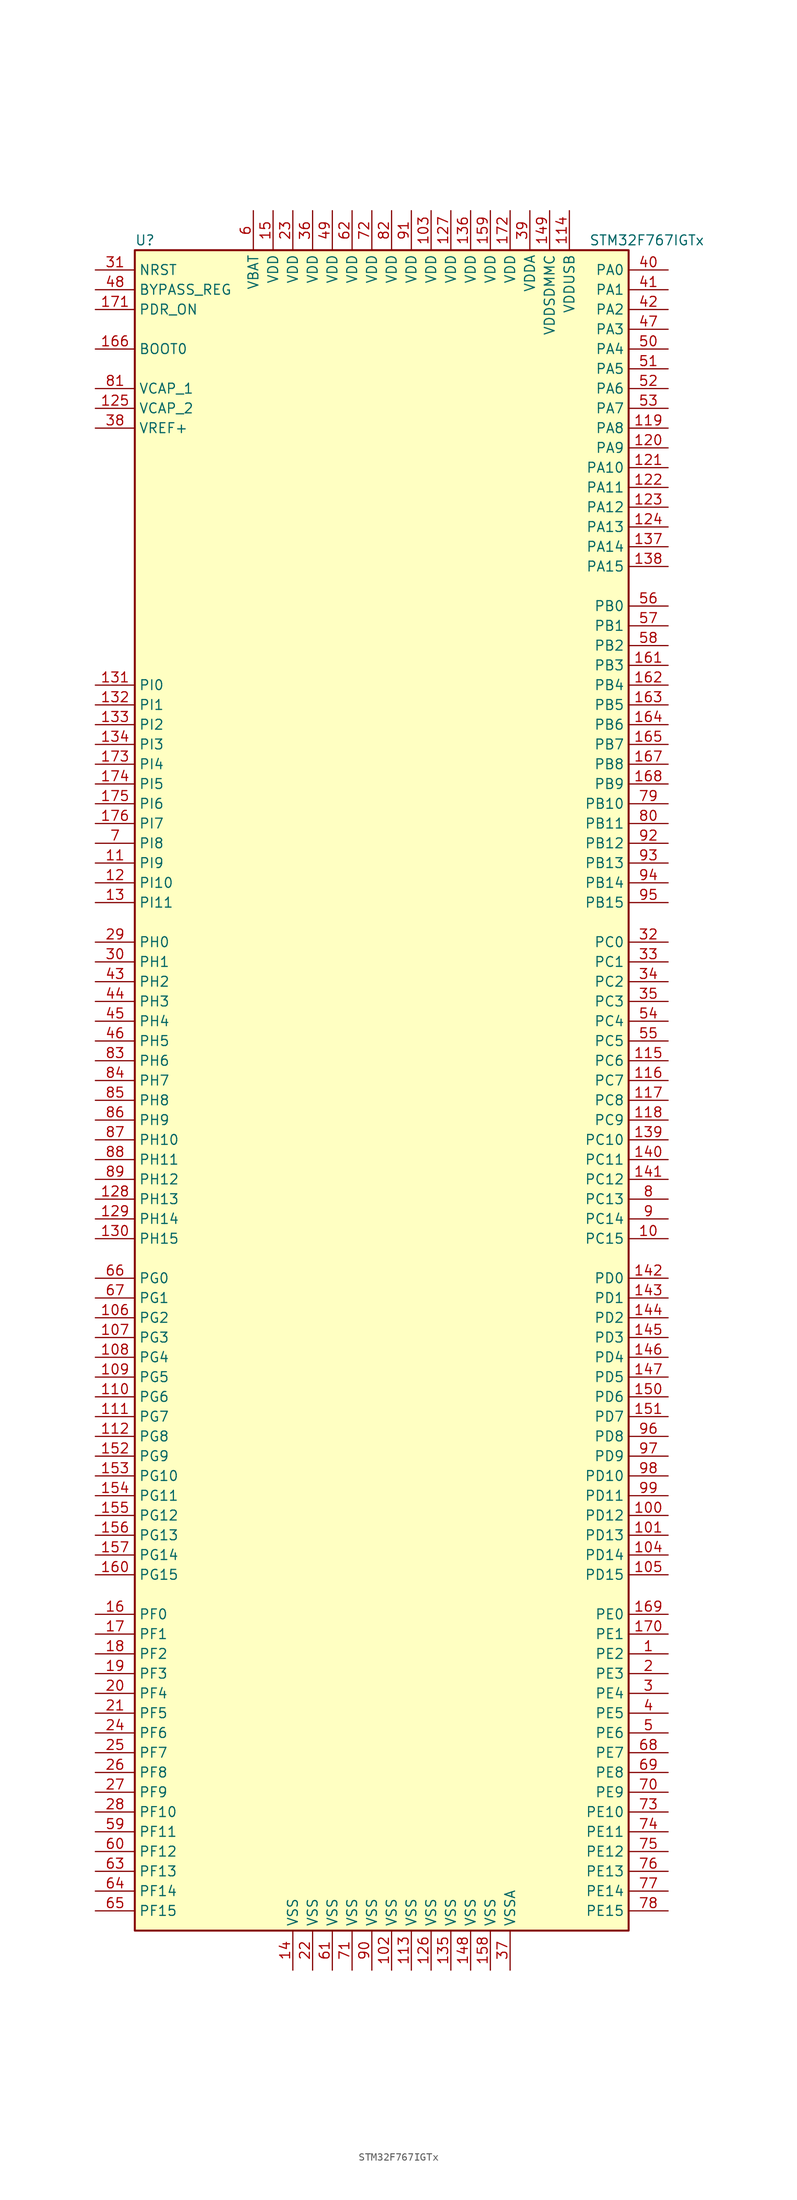
<source format=kicad_sym>
(kicad_symbol_lib
  (version 20211014)
  (generator kicad_symbol_editor)
  (symbol "STM32F767IGTx"
    (property "Reference" "U"
      (at -33.02 107.95 0)
      (effects (font (size 1.27 1.27)) (justify left)))
    (property "Value" "STM32F767IGTx"
      (at 25.4 107.95 0)
      (effects (font (size 1.27 1.27)) (justify left)))
    (symbol "STM32F767IGTx_0_1"
      (rectangle (start -33.02 -109.22) (end 30.48 106.68) (stroke (width 0.254) (type default) (color 0 0 0 0)) (fill (type background))))
    (symbol "STM32F767IGTx_1_1"
      (pin bidirectional line (at 35.56 -73.66 180) (length 5.08) (name "PE2" (effects (font (size 1.27 1.27)))) (number "1" (effects (font (size 1.27 1.27)))))
      (pin bidirectional line (at 35.56 -20.32 180) (length 5.08) (name "PC15" (effects (font (size 1.27 1.27)))) (number "10" (effects (font (size 1.27 1.27)))))
      (pin bidirectional line (at 35.56 -55.88 180) (length 5.08) (name "PD12" (effects (font (size 1.27 1.27)))) (number "100" (effects (font (size 1.27 1.27)))))
      (pin bidirectional line (at 35.56 -58.42 180) (length 5.08) (name "PD13" (effects (font (size 1.27 1.27)))) (number "101" (effects (font (size 1.27 1.27)))))
      (pin power_in line (at 0 -114.3 90) (length 5.08) (name "VSS" (effects (font (size 1.27 1.27)))) (number "102" (effects (font (size 1.27 1.27)))))
      (pin power_in line (at 5.08 111.76 270) (length 5.08) (name "VDD" (effects (font (size 1.27 1.27)))) (number "103" (effects (font (size 1.27 1.27)))))
      (pin bidirectional line (at 35.56 -60.96 180) (length 5.08) (name "PD14" (effects (font (size 1.27 1.27)))) (number "104" (effects (font (size 1.27 1.27)))))
      (pin bidirectional line (at 35.56 -63.5 180) (length 5.08) (name "PD15" (effects (font (size 1.27 1.27)))) (number "105" (effects (font (size 1.27 1.27)))))
      (pin bidirectional line (at -38.1 -30.48 0) (length 5.08) (name "PG2" (effects (font (size 1.27 1.27)))) (number "106" (effects (font (size 1.27 1.27)))))
      (pin bidirectional line (at -38.1 -33.02 0) (length 5.08) (name "PG3" (effects (font (size 1.27 1.27)))) (number "107" (effects (font (size 1.27 1.27)))))
      (pin bidirectional line (at -38.1 -35.56 0) (length 5.08) (name "PG4" (effects (font (size 1.27 1.27)))) (number "108" (effects (font (size 1.27 1.27)))))
      (pin bidirectional line (at -38.1 -38.1 0) (length 5.08) (name "PG5" (effects (font (size 1.27 1.27)))) (number "109" (effects (font (size 1.27 1.27)))))
      (pin bidirectional line (at -38.1 27.94 0) (length 5.08) (name "PI9" (effects (font (size 1.27 1.27)))) (number "11" (effects (font (size 1.27 1.27)))))
      (pin bidirectional line (at -38.1 -40.64 0) (length 5.08) (name "PG6" (effects (font (size 1.27 1.27)))) (number "110" (effects (font (size 1.27 1.27)))))
      (pin bidirectional line (at -38.1 -43.18 0) (length 5.08) (name "PG7" (effects (font (size 1.27 1.27)))) (number "111" (effects (font (size 1.27 1.27)))))
      (pin bidirectional line (at -38.1 -45.72 0) (length 5.08) (name "PG8" (effects (font (size 1.27 1.27)))) (number "112" (effects (font (size 1.27 1.27)))))
      (pin power_in line (at 2.54 -114.3 90) (length 5.08) (name "VSS" (effects (font (size 1.27 1.27)))) (number "113" (effects (font (size 1.27 1.27)))))
      (pin power_in line (at 22.86 111.76 270) (length 5.08) (name "VDDUSB" (effects (font (size 1.27 1.27)))) (number "114" (effects (font (size 1.27 1.27)))))
      (pin bidirectional line (at 35.56 2.54 180) (length 5.08) (name "PC6" (effects (font (size 1.27 1.27)))) (number "115" (effects (font (size 1.27 1.27)))))
      (pin bidirectional line (at 35.56 0 180) (length 5.08) (name "PC7" (effects (font (size 1.27 1.27)))) (number "116" (effects (font (size 1.27 1.27)))))
      (pin bidirectional line (at 35.56 -2.54 180) (length 5.08) (name "PC8" (effects (font (size 1.27 1.27)))) (number "117" (effects (font (size 1.27 1.27)))))
      (pin bidirectional line (at 35.56 -5.08 180) (length 5.08) (name "PC9" (effects (font (size 1.27 1.27)))) (number "118" (effects (font (size 1.27 1.27)))))
      (pin bidirectional line (at 35.56 83.82 180) (length 5.08) (name "PA8" (effects (font (size 1.27 1.27)))) (number "119" (effects (font (size 1.27 1.27)))))
      (pin bidirectional line (at -38.1 25.4 0) (length 5.08) (name "PI10" (effects (font (size 1.27 1.27)))) (number "12" (effects (font (size 1.27 1.27)))))
      (pin bidirectional line (at 35.56 81.28 180) (length 5.08) (name "PA9" (effects (font (size 1.27 1.27)))) (number "120" (effects (font (size 1.27 1.27)))))
      (pin bidirectional line (at 35.56 78.74 180) (length 5.08) (name "PA10" (effects (font (size 1.27 1.27)))) (number "121" (effects (font (size 1.27 1.27)))))
      (pin bidirectional line (at 35.56 76.2 180) (length 5.08) (name "PA11" (effects (font (size 1.27 1.27)))) (number "122" (effects (font (size 1.27 1.27)))))
      (pin bidirectional line (at 35.56 73.66 180) (length 5.08) (name "PA12" (effects (font (size 1.27 1.27)))) (number "123" (effects (font (size 1.27 1.27)))))
      (pin bidirectional line (at 35.56 71.12 180) (length 5.08) (name "PA13" (effects (font (size 1.27 1.27)))) (number "124" (effects (font (size 1.27 1.27)))))
      (pin power_in line (at -38.1 86.36 0) (length 5.08) (name "VCAP_2" (effects (font (size 1.27 1.27)))) (number "125" (effects (font (size 1.27 1.27)))))
      (pin power_in line (at 5.08 -114.3 90) (length 5.08) (name "VSS" (effects (font (size 1.27 1.27)))) (number "126" (effects (font (size 1.27 1.27)))))
      (pin power_in line (at 7.62 111.76 270) (length 5.08) (name "VDD" (effects (font (size 1.27 1.27)))) (number "127" (effects (font (size 1.27 1.27)))))
      (pin bidirectional line (at -38.1 -15.24 0) (length 5.08) (name "PH13" (effects (font (size 1.27 1.27)))) (number "128" (effects (font (size 1.27 1.27)))))
      (pin bidirectional line (at -38.1 -17.78 0) (length 5.08) (name "PH14" (effects (font (size 1.27 1.27)))) (number "129" (effects (font (size 1.27 1.27)))))
      (pin bidirectional line (at -38.1 22.86 0) (length 5.08) (name "PI11" (effects (font (size 1.27 1.27)))) (number "13" (effects (font (size 1.27 1.27)))))
      (pin bidirectional line (at -38.1 -20.32 0) (length 5.08) (name "PH15" (effects (font (size 1.27 1.27)))) (number "130" (effects (font (size 1.27 1.27)))))
      (pin bidirectional line (at -38.1 50.8 0) (length 5.08) (name "PI0" (effects (font (size 1.27 1.27)))) (number "131" (effects (font (size 1.27 1.27)))))
      (pin bidirectional line (at -38.1 48.26 0) (length 5.08) (name "PI1" (effects (font (size 1.27 1.27)))) (number "132" (effects (font (size 1.27 1.27)))))
      (pin bidirectional line (at -38.1 45.72 0) (length 5.08) (name "PI2" (effects (font (size 1.27 1.27)))) (number "133" (effects (font (size 1.27 1.27)))))
      (pin bidirectional line (at -38.1 43.18 0) (length 5.08) (name "PI3" (effects (font (size 1.27 1.27)))) (number "134" (effects (font (size 1.27 1.27)))))
      (pin power_in line (at 7.62 -114.3 90) (length 5.08) (name "VSS" (effects (font (size 1.27 1.27)))) (number "135" (effects (font (size 1.27 1.27)))))
      (pin power_in line (at 10.16 111.76 270) (length 5.08) (name "VDD" (effects (font (size 1.27 1.27)))) (number "136" (effects (font (size 1.27 1.27)))))
      (pin bidirectional line (at 35.56 68.58 180) (length 5.08) (name "PA14" (effects (font (size 1.27 1.27)))) (number "137" (effects (font (size 1.27 1.27)))))
      (pin bidirectional line (at 35.56 66.04 180) (length 5.08) (name "PA15" (effects (font (size 1.27 1.27)))) (number "138" (effects (font (size 1.27 1.27)))))
      (pin bidirectional line (at 35.56 -7.62 180) (length 5.08) (name "PC10" (effects (font (size 1.27 1.27)))) (number "139" (effects (font (size 1.27 1.27)))))
      (pin power_in line (at -12.7 -114.3 90) (length 5.08) (name "VSS" (effects (font (size 1.27 1.27)))) (number "14" (effects (font (size 1.27 1.27)))))
      (pin bidirectional line (at 35.56 -10.16 180) (length 5.08) (name "PC11" (effects (font (size 1.27 1.27)))) (number "140" (effects (font (size 1.27 1.27)))))
      (pin bidirectional line (at 35.56 -12.7 180) (length 5.08) (name "PC12" (effects (font (size 1.27 1.27)))) (number "141" (effects (font (size 1.27 1.27)))))
      (pin bidirectional line (at 35.56 -25.4 180) (length 5.08) (name "PD0" (effects (font (size 1.27 1.27)))) (number "142" (effects (font (size 1.27 1.27)))))
      (pin bidirectional line (at 35.56 -27.94 180) (length 5.08) (name "PD1" (effects (font (size 1.27 1.27)))) (number "143" (effects (font (size 1.27 1.27)))))
      (pin bidirectional line (at 35.56 -30.48 180) (length 5.08) (name "PD2" (effects (font (size 1.27 1.27)))) (number "144" (effects (font (size 1.27 1.27)))))
      (pin bidirectional line (at 35.56 -33.02 180) (length 5.08) (name "PD3" (effects (font (size 1.27 1.27)))) (number "145" (effects (font (size 1.27 1.27)))))
      (pin bidirectional line (at 35.56 -35.56 180) (length 5.08) (name "PD4" (effects (font (size 1.27 1.27)))) (number "146" (effects (font (size 1.27 1.27)))))
      (pin bidirectional line (at 35.56 -38.1 180) (length 5.08) (name "PD5" (effects (font (size 1.27 1.27)))) (number "147" (effects (font (size 1.27 1.27)))))
      (pin power_in line (at 10.16 -114.3 90) (length 5.08) (name "VSS" (effects (font (size 1.27 1.27)))) (number "148" (effects (font (size 1.27 1.27)))))
      (pin power_in line (at 20.32 111.76 270) (length 5.08) (name "VDDSDMMC" (effects (font (size 1.27 1.27)))) (number "149" (effects (font (size 1.27 1.27)))))
      (pin power_in line (at -15.24 111.76 270) (length 5.08) (name "VDD" (effects (font (size 1.27 1.27)))) (number "15" (effects (font (size 1.27 1.27)))))
      (pin bidirectional line (at 35.56 -40.64 180) (length 5.08) (name "PD6" (effects (font (size 1.27 1.27)))) (number "150" (effects (font (size 1.27 1.27)))))
      (pin bidirectional line (at 35.56 -43.18 180) (length 5.08) (name "PD7" (effects (font (size 1.27 1.27)))) (number "151" (effects (font (size 1.27 1.27)))))
      (pin bidirectional line (at -38.1 -48.26 0) (length 5.08) (name "PG9" (effects (font (size 1.27 1.27)))) (number "152" (effects (font (size 1.27 1.27)))))
      (pin bidirectional line (at -38.1 -50.8 0) (length 5.08) (name "PG10" (effects (font (size 1.27 1.27)))) (number "153" (effects (font (size 1.27 1.27)))))
      (pin bidirectional line (at -38.1 -53.34 0) (length 5.08) (name "PG11" (effects (font (size 1.27 1.27)))) (number "154" (effects (font (size 1.27 1.27)))))
      (pin bidirectional line (at -38.1 -55.88 0) (length 5.08) (name "PG12" (effects (font (size 1.27 1.27)))) (number "155" (effects (font (size 1.27 1.27)))))
      (pin bidirectional line (at -38.1 -58.42 0) (length 5.08) (name "PG13" (effects (font (size 1.27 1.27)))) (number "156" (effects (font (size 1.27 1.27)))))
      (pin bidirectional line (at -38.1 -60.96 0) (length 5.08) (name "PG14" (effects (font (size 1.27 1.27)))) (number "157" (effects (font (size 1.27 1.27)))))
      (pin power_in line (at 12.7 -114.3 90) (length 5.08) (name "VSS" (effects (font (size 1.27 1.27)))) (number "158" (effects (font (size 1.27 1.27)))))
      (pin power_in line (at 12.7 111.76 270) (length 5.08) (name "VDD" (effects (font (size 1.27 1.27)))) (number "159" (effects (font (size 1.27 1.27)))))
      (pin bidirectional line (at -38.1 -68.58 0) (length 5.08) (name "PF0" (effects (font (size 1.27 1.27)))) (number "16" (effects (font (size 1.27 1.27)))))
      (pin bidirectional line (at -38.1 -63.5 0) (length 5.08) (name "PG15" (effects (font (size 1.27 1.27)))) (number "160" (effects (font (size 1.27 1.27)))))
      (pin bidirectional line (at 35.56 53.34 180) (length 5.08) (name "PB3" (effects (font (size 1.27 1.27)))) (number "161" (effects (font (size 1.27 1.27)))))
      (pin bidirectional line (at 35.56 50.8 180) (length 5.08) (name "PB4" (effects (font (size 1.27 1.27)))) (number "162" (effects (font (size 1.27 1.27)))))
      (pin bidirectional line (at 35.56 48.26 180) (length 5.08) (name "PB5" (effects (font (size 1.27 1.27)))) (number "163" (effects (font (size 1.27 1.27)))))
      (pin bidirectional line (at 35.56 45.72 180) (length 5.08) (name "PB6" (effects (font (size 1.27 1.27)))) (number "164" (effects (font (size 1.27 1.27)))))
      (pin bidirectional line (at 35.56 43.18 180) (length 5.08) (name "PB7" (effects (font (size 1.27 1.27)))) (number "165" (effects (font (size 1.27 1.27)))))
      (pin input line (at -38.1 93.98 0) (length 5.08) (name "BOOT0" (effects (font (size 1.27 1.27)))) (number "166" (effects (font (size 1.27 1.27)))))
      (pin bidirectional line (at 35.56 40.64 180) (length 5.08) (name "PB8" (effects (font (size 1.27 1.27)))) (number "167" (effects (font (size 1.27 1.27)))))
      (pin bidirectional line (at 35.56 38.1 180) (length 5.08) (name "PB9" (effects (font (size 1.27 1.27)))) (number "168" (effects (font (size 1.27 1.27)))))
      (pin bidirectional line (at 35.56 -68.58 180) (length 5.08) (name "PE0" (effects (font (size 1.27 1.27)))) (number "169" (effects (font (size 1.27 1.27)))))
      (pin bidirectional line (at -38.1 -71.12 0) (length 5.08) (name "PF1" (effects (font (size 1.27 1.27)))) (number "17" (effects (font (size 1.27 1.27)))))
      (pin bidirectional line (at 35.56 -71.12 180) (length 5.08) (name "PE1" (effects (font (size 1.27 1.27)))) (number "170" (effects (font (size 1.27 1.27)))))
      (pin input line (at -38.1 99.06 0) (length 5.08) (name "PDR_ON" (effects (font (size 1.27 1.27)))) (number "171" (effects (font (size 1.27 1.27)))))
      (pin power_in line (at 15.24 111.76 270) (length 5.08) (name "VDD" (effects (font (size 1.27 1.27)))) (number "172" (effects (font (size 1.27 1.27)))))
      (pin bidirectional line (at -38.1 40.64 0) (length 5.08) (name "PI4" (effects (font (size 1.27 1.27)))) (number "173" (effects (font (size 1.27 1.27)))))
      (pin bidirectional line (at -38.1 38.1 0) (length 5.08) (name "PI5" (effects (font (size 1.27 1.27)))) (number "174" (effects (font (size 1.27 1.27)))))
      (pin bidirectional line (at -38.1 35.56 0) (length 5.08) (name "PI6" (effects (font (size 1.27 1.27)))) (number "175" (effects (font (size 1.27 1.27)))))
      (pin bidirectional line (at -38.1 33.02 0) (length 5.08) (name "PI7" (effects (font (size 1.27 1.27)))) (number "176" (effects (font (size 1.27 1.27)))))
      (pin bidirectional line (at -38.1 -73.66 0) (length 5.08) (name "PF2" (effects (font (size 1.27 1.27)))) (number "18" (effects (font (size 1.27 1.27)))))
      (pin bidirectional line (at -38.1 -76.2 0) (length 5.08) (name "PF3" (effects (font (size 1.27 1.27)))) (number "19" (effects (font (size 1.27 1.27)))))
      (pin bidirectional line (at 35.56 -76.2 180) (length 5.08) (name "PE3" (effects (font (size 1.27 1.27)))) (number "2" (effects (font (size 1.27 1.27)))))
      (pin bidirectional line (at -38.1 -78.74 0) (length 5.08) (name "PF4" (effects (font (size 1.27 1.27)))) (number "20" (effects (font (size 1.27 1.27)))))
      (pin bidirectional line (at -38.1 -81.28 0) (length 5.08) (name "PF5" (effects (font (size 1.27 1.27)))) (number "21" (effects (font (size 1.27 1.27)))))
      (pin power_in line (at -10.16 -114.3 90) (length 5.08) (name "VSS" (effects (font (size 1.27 1.27)))) (number "22" (effects (font (size 1.27 1.27)))))
      (pin power_in line (at -12.7 111.76 270) (length 5.08) (name "VDD" (effects (font (size 1.27 1.27)))) (number "23" (effects (font (size 1.27 1.27)))))
      (pin bidirectional line (at -38.1 -83.82 0) (length 5.08) (name "PF6" (effects (font (size 1.27 1.27)))) (number "24" (effects (font (size 1.27 1.27)))))
      (pin bidirectional line (at -38.1 -86.36 0) (length 5.08) (name "PF7" (effects (font (size 1.27 1.27)))) (number "25" (effects (font (size 1.27 1.27)))))
      (pin bidirectional line (at -38.1 -88.9 0) (length 5.08) (name "PF8" (effects (font (size 1.27 1.27)))) (number "26" (effects (font (size 1.27 1.27)))))
      (pin bidirectional line (at -38.1 -91.44 0) (length 5.08) (name "PF9" (effects (font (size 1.27 1.27)))) (number "27" (effects (font (size 1.27 1.27)))))
      (pin bidirectional line (at -38.1 -93.98 0) (length 5.08) (name "PF10" (effects (font (size 1.27 1.27)))) (number "28" (effects (font (size 1.27 1.27)))))
      (pin input line (at -38.1 17.78 0) (length 5.08) (name "PH0" (effects (font (size 1.27 1.27)))) (number "29" (effects (font (size 1.27 1.27)))))
      (pin bidirectional line (at 35.56 -78.74 180) (length 5.08) (name "PE4" (effects (font (size 1.27 1.27)))) (number "3" (effects (font (size 1.27 1.27)))))
      (pin input line (at -38.1 15.24 0) (length 5.08) (name "PH1" (effects (font (size 1.27 1.27)))) (number "30" (effects (font (size 1.27 1.27)))))
      (pin input line (at -38.1 104.14 0) (length 5.08) (name "NRST" (effects (font (size 1.27 1.27)))) (number "31" (effects (font (size 1.27 1.27)))))
      (pin bidirectional line (at 35.56 17.78 180) (length 5.08) (name "PC0" (effects (font (size 1.27 1.27)))) (number "32" (effects (font (size 1.27 1.27)))))
      (pin bidirectional line (at 35.56 15.24 180) (length 5.08) (name "PC1" (effects (font (size 1.27 1.27)))) (number "33" (effects (font (size 1.27 1.27)))))
      (pin bidirectional line (at 35.56 12.7 180) (length 5.08) (name "PC2" (effects (font (size 1.27 1.27)))) (number "34" (effects (font (size 1.27 1.27)))))
      (pin bidirectional line (at 35.56 10.16 180) (length 5.08) (name "PC3" (effects (font (size 1.27 1.27)))) (number "35" (effects (font (size 1.27 1.27)))))
      (pin power_in line (at -10.16 111.76 270) (length 5.08) (name "VDD" (effects (font (size 1.27 1.27)))) (number "36" (effects (font (size 1.27 1.27)))))
      (pin power_in line (at 15.24 -114.3 90) (length 5.08) (name "VSSA" (effects (font (size 1.27 1.27)))) (number "37" (effects (font (size 1.27 1.27)))))
      (pin power_in line (at -38.1 83.82 0) (length 5.08) (name "VREF+" (effects (font (size 1.27 1.27)))) (number "38" (effects (font (size 1.27 1.27)))))
      (pin power_in line (at 17.78 111.76 270) (length 5.08) (name "VDDA" (effects (font (size 1.27 1.27)))) (number "39" (effects (font (size 1.27 1.27)))))
      (pin bidirectional line (at 35.56 -81.28 180) (length 5.08) (name "PE5" (effects (font (size 1.27 1.27)))) (number "4" (effects (font (size 1.27 1.27)))))
      (pin bidirectional line (at 35.56 104.14 180) (length 5.08) (name "PA0" (effects (font (size 1.27 1.27)))) (number "40" (effects (font (size 1.27 1.27)))))
      (pin bidirectional line (at 35.56 101.6 180) (length 5.08) (name "PA1" (effects (font (size 1.27 1.27)))) (number "41" (effects (font (size 1.27 1.27)))))
      (pin bidirectional line (at 35.56 99.06 180) (length 5.08) (name "PA2" (effects (font (size 1.27 1.27)))) (number "42" (effects (font (size 1.27 1.27)))))
      (pin bidirectional line (at -38.1 12.7 0) (length 5.08) (name "PH2" (effects (font (size 1.27 1.27)))) (number "43" (effects (font (size 1.27 1.27)))))
      (pin bidirectional line (at -38.1 10.16 0) (length 5.08) (name "PH3" (effects (font (size 1.27 1.27)))) (number "44" (effects (font (size 1.27 1.27)))))
      (pin bidirectional line (at -38.1 7.62 0) (length 5.08) (name "PH4" (effects (font (size 1.27 1.27)))) (number "45" (effects (font (size 1.27 1.27)))))
      (pin bidirectional line (at -38.1 5.08 0) (length 5.08) (name "PH5" (effects (font (size 1.27 1.27)))) (number "46" (effects (font (size 1.27 1.27)))))
      (pin bidirectional line (at 35.56 96.52 180) (length 5.08) (name "PA3" (effects (font (size 1.27 1.27)))) (number "47" (effects (font (size 1.27 1.27)))))
      (pin input line (at -38.1 101.6 0) (length 5.08) (name "BYPASS_REG" (effects (font (size 1.27 1.27)))) (number "48" (effects (font (size 1.27 1.27)))))
      (pin power_in line (at -7.62 111.76 270) (length 5.08) (name "VDD" (effects (font (size 1.27 1.27)))) (number "49" (effects (font (size 1.27 1.27)))))
      (pin bidirectional line (at 35.56 -83.82 180) (length 5.08) (name "PE6" (effects (font (size 1.27 1.27)))) (number "5" (effects (font (size 1.27 1.27)))))
      (pin bidirectional line (at 35.56 93.98 180) (length 5.08) (name "PA4" (effects (font (size 1.27 1.27)))) (number "50" (effects (font (size 1.27 1.27)))))
      (pin bidirectional line (at 35.56 91.44 180) (length 5.08) (name "PA5" (effects (font (size 1.27 1.27)))) (number "51" (effects (font (size 1.27 1.27)))))
      (pin bidirectional line (at 35.56 88.9 180) (length 5.08) (name "PA6" (effects (font (size 1.27 1.27)))) (number "52" (effects (font (size 1.27 1.27)))))
      (pin bidirectional line (at 35.56 86.36 180) (length 5.08) (name "PA7" (effects (font (size 1.27 1.27)))) (number "53" (effects (font (size 1.27 1.27)))))
      (pin bidirectional line (at 35.56 7.62 180) (length 5.08) (name "PC4" (effects (font (size 1.27 1.27)))) (number "54" (effects (font (size 1.27 1.27)))))
      (pin bidirectional line (at 35.56 5.08 180) (length 5.08) (name "PC5" (effects (font (size 1.27 1.27)))) (number "55" (effects (font (size 1.27 1.27)))))
      (pin bidirectional line (at 35.56 60.96 180) (length 5.08) (name "PB0" (effects (font (size 1.27 1.27)))) (number "56" (effects (font (size 1.27 1.27)))))
      (pin bidirectional line (at 35.56 58.42 180) (length 5.08) (name "PB1" (effects (font (size 1.27 1.27)))) (number "57" (effects (font (size 1.27 1.27)))))
      (pin bidirectional line (at 35.56 55.88 180) (length 5.08) (name "PB2" (effects (font (size 1.27 1.27)))) (number "58" (effects (font (size 1.27 1.27)))))
      (pin bidirectional line (at -38.1 -96.52 0) (length 5.08) (name "PF11" (effects (font (size 1.27 1.27)))) (number "59" (effects (font (size 1.27 1.27)))))
      (pin power_in line (at -17.78 111.76 270) (length 5.08) (name "VBAT" (effects (font (size 1.27 1.27)))) (number "6" (effects (font (size 1.27 1.27)))))
      (pin bidirectional line (at -38.1 -99.06 0) (length 5.08) (name "PF12" (effects (font (size 1.27 1.27)))) (number "60" (effects (font (size 1.27 1.27)))))
      (pin power_in line (at -7.62 -114.3 90) (length 5.08) (name "VSS" (effects (font (size 1.27 1.27)))) (number "61" (effects (font (size 1.27 1.27)))))
      (pin power_in line (at -5.08 111.76 270) (length 5.08) (name "VDD" (effects (font (size 1.27 1.27)))) (number "62" (effects (font (size 1.27 1.27)))))
      (pin bidirectional line (at -38.1 -101.6 0) (length 5.08) (name "PF13" (effects (font (size 1.27 1.27)))) (number "63" (effects (font (size 1.27 1.27)))))
      (pin bidirectional line (at -38.1 -104.14 0) (length 5.08) (name "PF14" (effects (font (size 1.27 1.27)))) (number "64" (effects (font (size 1.27 1.27)))))
      (pin bidirectional line (at -38.1 -106.68 0) (length 5.08) (name "PF15" (effects (font (size 1.27 1.27)))) (number "65" (effects (font (size 1.27 1.27)))))
      (pin bidirectional line (at -38.1 -25.4 0) (length 5.08) (name "PG0" (effects (font (size 1.27 1.27)))) (number "66" (effects (font (size 1.27 1.27)))))
      (pin bidirectional line (at -38.1 -27.94 0) (length 5.08) (name "PG1" (effects (font (size 1.27 1.27)))) (number "67" (effects (font (size 1.27 1.27)))))
      (pin bidirectional line (at 35.56 -86.36 180) (length 5.08) (name "PE7" (effects (font (size 1.27 1.27)))) (number "68" (effects (font (size 1.27 1.27)))))
      (pin bidirectional line (at 35.56 -88.9 180) (length 5.08) (name "PE8" (effects (font (size 1.27 1.27)))) (number "69" (effects (font (size 1.27 1.27)))))
      (pin bidirectional line (at -38.1 30.48 0) (length 5.08) (name "PI8" (effects (font (size 1.27 1.27)))) (number "7" (effects (font (size 1.27 1.27)))))
      (pin bidirectional line (at 35.56 -91.44 180) (length 5.08) (name "PE9" (effects (font (size 1.27 1.27)))) (number "70" (effects (font (size 1.27 1.27)))))
      (pin power_in line (at -5.08 -114.3 90) (length 5.08) (name "VSS" (effects (font (size 1.27 1.27)))) (number "71" (effects (font (size 1.27 1.27)))))
      (pin power_in line (at -2.54 111.76 270) (length 5.08) (name "VDD" (effects (font (size 1.27 1.27)))) (number "72" (effects (font (size 1.27 1.27)))))
      (pin bidirectional line (at 35.56 -93.98 180) (length 5.08) (name "PE10" (effects (font (size 1.27 1.27)))) (number "73" (effects (font (size 1.27 1.27)))))
      (pin bidirectional line (at 35.56 -96.52 180) (length 5.08) (name "PE11" (effects (font (size 1.27 1.27)))) (number "74" (effects (font (size 1.27 1.27)))))
      (pin bidirectional line (at 35.56 -99.06 180) (length 5.08) (name "PE12" (effects (font (size 1.27 1.27)))) (number "75" (effects (font (size 1.27 1.27)))))
      (pin bidirectional line (at 35.56 -101.6 180) (length 5.08) (name "PE13" (effects (font (size 1.27 1.27)))) (number "76" (effects (font (size 1.27 1.27)))))
      (pin bidirectional line (at 35.56 -104.14 180) (length 5.08) (name "PE14" (effects (font (size 1.27 1.27)))) (number "77" (effects (font (size 1.27 1.27)))))
      (pin bidirectional line (at 35.56 -106.68 180) (length 5.08) (name "PE15" (effects (font (size 1.27 1.27)))) (number "78" (effects (font (size 1.27 1.27)))))
      (pin bidirectional line (at 35.56 35.56 180) (length 5.08) (name "PB10" (effects (font (size 1.27 1.27)))) (number "79" (effects (font (size 1.27 1.27)))))
      (pin bidirectional line (at 35.56 -15.24 180) (length 5.08) (name "PC13" (effects (font (size 1.27 1.27)))) (number "8" (effects (font (size 1.27 1.27)))))
      (pin bidirectional line (at 35.56 33.02 180) (length 5.08) (name "PB11" (effects (font (size 1.27 1.27)))) (number "80" (effects (font (size 1.27 1.27)))))
      (pin power_in line (at -38.1 88.9 0) (length 5.08) (name "VCAP_1" (effects (font (size 1.27 1.27)))) (number "81" (effects (font (size 1.27 1.27)))))
      (pin power_in line (at 0 111.76 270) (length 5.08) (name "VDD" (effects (font (size 1.27 1.27)))) (number "82" (effects (font (size 1.27 1.27)))))
      (pin bidirectional line (at -38.1 2.54 0) (length 5.08) (name "PH6" (effects (font (size 1.27 1.27)))) (number "83" (effects (font (size 1.27 1.27)))))
      (pin bidirectional line (at -38.1 0 0) (length 5.08) (name "PH7" (effects (font (size 1.27 1.27)))) (number "84" (effects (font (size 1.27 1.27)))))
      (pin bidirectional line (at -38.1 -2.54 0) (length 5.08) (name "PH8" (effects (font (size 1.27 1.27)))) (number "85" (effects (font (size 1.27 1.27)))))
      (pin bidirectional line (at -38.1 -5.08 0) (length 5.08) (name "PH9" (effects (font (size 1.27 1.27)))) (number "86" (effects (font (size 1.27 1.27)))))
      (pin bidirectional line (at -38.1 -7.62 0) (length 5.08) (name "PH10" (effects (font (size 1.27 1.27)))) (number "87" (effects (font (size 1.27 1.27)))))
      (pin bidirectional line (at -38.1 -10.16 0) (length 5.08) (name "PH11" (effects (font (size 1.27 1.27)))) (number "88" (effects (font (size 1.27 1.27)))))
      (pin bidirectional line (at -38.1 -12.7 0) (length 5.08) (name "PH12" (effects (font (size 1.27 1.27)))) (number "89" (effects (font (size 1.27 1.27)))))
      (pin bidirectional line (at 35.56 -17.78 180) (length 5.08) (name "PC14" (effects (font (size 1.27 1.27)))) (number "9" (effects (font (size 1.27 1.27)))))
      (pin power_in line (at -2.54 -114.3 90) (length 5.08) (name "VSS" (effects (font (size 1.27 1.27)))) (number "90" (effects (font (size 1.27 1.27)))))
      (pin power_in line (at 2.54 111.76 270) (length 5.08) (name "VDD" (effects (font (size 1.27 1.27)))) (number "91" (effects (font (size 1.27 1.27)))))
      (pin bidirectional line (at 35.56 30.48 180) (length 5.08) (name "PB12" (effects (font (size 1.27 1.27)))) (number "92" (effects (font (size 1.27 1.27)))))
      (pin bidirectional line (at 35.56 27.94 180) (length 5.08) (name "PB13" (effects (font (size 1.27 1.27)))) (number "93" (effects (font (size 1.27 1.27)))))
      (pin bidirectional line (at 35.56 25.4 180) (length 5.08) (name "PB14" (effects (font (size 1.27 1.27)))) (number "94" (effects (font (size 1.27 1.27)))))
      (pin bidirectional line (at 35.56 22.86 180) (length 5.08) (name "PB15" (effects (font (size 1.27 1.27)))) (number "95" (effects (font (size 1.27 1.27)))))
      (pin bidirectional line (at 35.56 -45.72 180) (length 5.08) (name "PD8" (effects (font (size 1.27 1.27)))) (number "96" (effects (font (size 1.27 1.27)))))
      (pin bidirectional line (at 35.56 -48.26 180) (length 5.08) (name "PD9" (effects (font (size 1.27 1.27)))) (number "97" (effects (font (size 1.27 1.27)))))
      (pin bidirectional line (at 35.56 -50.8 180) (length 5.08) (name "PD10" (effects (font (size 1.27 1.27)))) (number "98" (effects (font (size 1.27 1.27)))))
      (pin bidirectional line (at 35.56 -53.34 180) (length 5.08) (name "PD11" (effects (font (size 1.27 1.27)))) (number "99" (effects (font (size 1.27 1.27))))))))
</source>
